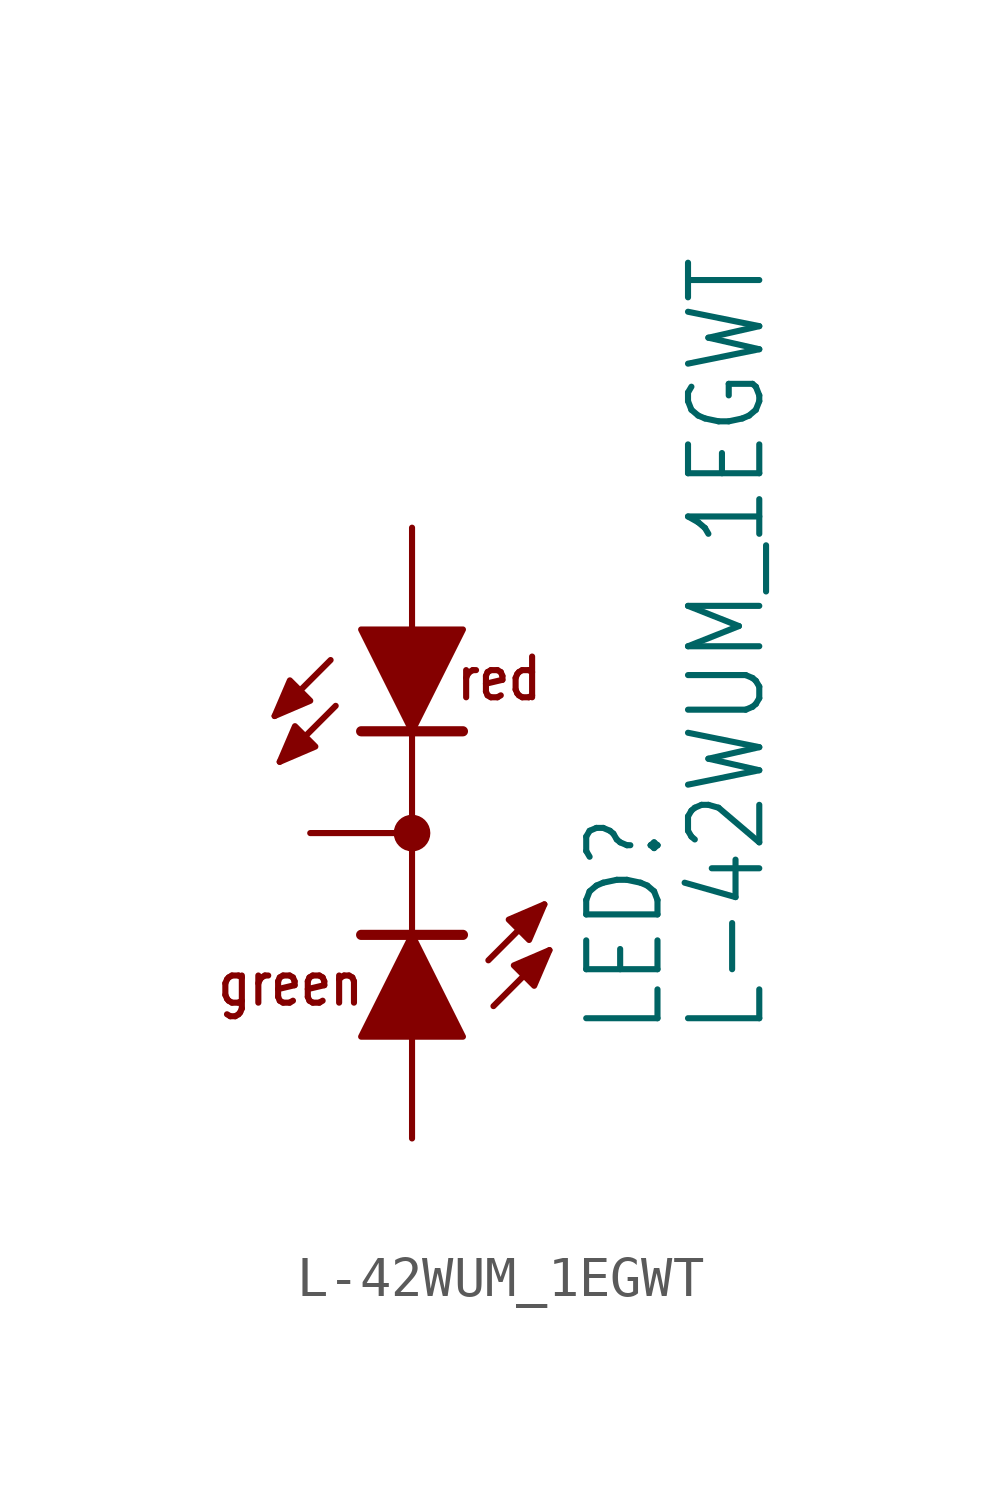
<source format=kicad_sym>
(kicad_symbol_lib
  (version 20231120)
  (generator "kicad_symbol_editor")
  (generator_version "8.0")
  (symbol "L-42WUM_1EGWT"
    (property "Reference" "LED"
      (at 6.35 -5.08 90)
      (effects (font (size 1.778 1.511)) (justify left bottom)))
    (property "Value" "L-42WUM_1EGWT"
      (at 8.89 -5.08 90)
      (effects (font (size 1.778 1.511)) (justify left bottom)))
    (symbol "L-42WUM_1EGWT_1_0"
      (polyline (pts (xy -2.032 4.318) (xy -3.429 2.921)) (stroke (width 0.152) (type solid)) (fill (type none)))
      (polyline (pts (xy -1.905 3.175) (xy -3.302 1.778)) (stroke (width 0.152) (type solid)) (fill (type none)))
      (polyline (pts (xy -1.27 -2.54) (xy 0 -2.54)) (stroke (width 0.254) (type solid)) (fill (type none)))
      (polyline (pts (xy 0 -5.08) (xy 0 -2.54)) (stroke (width 0.152) (type solid)) (fill (type none)))
      (polyline (pts (xy 0 -2.54) (xy 1.27 -2.54)) (stroke (width 0.254) (type solid)) (fill (type none)))
      (polyline (pts (xy 0 2.54) (xy -1.27 2.54)) (stroke (width 0.254) (type solid)) (fill (type none)))
      (polyline (pts (xy 0 2.54) (xy 0 -2.54)) (stroke (width 0.152) (type solid)) (fill (type none)))
      (polyline (pts (xy 0 5.08) (xy 0 2.54)) (stroke (width 0.152) (type solid)) (fill (type none)))
      (polyline (pts (xy 1.27 2.54) (xy 0 2.54)) (stroke (width 0.254) (type solid)) (fill (type none)))
      (polyline (pts (xy 1.905 -3.175) (xy 3.302 -1.778)) (stroke (width 0.152) (type solid)) (fill (type none)))
      (polyline (pts (xy 2.032 -4.318) (xy 3.429 -2.921)) (stroke (width 0.152) (type solid)) (fill (type none)))
      (circle (center 0 0) (radius 0.254) (stroke (width 0.406) (type solid)) (fill (type none)))
      (text "green" (at -1.143 -3.175 0) (effects (font (size 1.016 0.864)) (justify right top)))
      (text "red" (at 3.302 4.445 0) (effects (font (size 1.016 0.864)) (justify right top)))
      (pin passive line (at -2.54 0 0) (length 2.54) (name "C" (effects (font (size 0 0)))) (number "CC" (effects (font (size 0 0)))))
      (pin passive line (at 0 -7.62 90) (length 2.54) (name "AG" (effects (font (size 0 0)))) (number "GREEN" (effects (font (size 0 0)))))
      (pin passive line (at 0 7.62 270) (length 2.54) (name "AR" (effects (font (size 0 0)))) (number "RED" (effects (font (size 0 0))))))
    (symbol "L-42WUM_1EGWT_1_1"
      (polyline (pts (xy -3.429 2.921) (xy -3.048 3.81) (xy -2.54 3.302) (xy -3.429 2.921)) (stroke (width 0) (type default)) (fill (type outline)))
      (polyline (pts (xy -3.302 1.778) (xy -2.921 2.667) (xy -2.413 2.159) (xy -3.302 1.778)) (stroke (width 0) (type default)) (fill (type outline)))
      (polyline (pts (xy -1.27 5.08) (xy 1.27 5.08) (xy 0 2.54) (xy -1.27 5.08)) (stroke (width 0) (type default)) (fill (type outline)))
      (polyline (pts (xy 1.27 -5.08) (xy -1.27 -5.08) (xy 0 -2.54) (xy 1.27 -5.08)) (stroke (width 0) (type default)) (fill (type outline)))
      (polyline (pts (xy 3.302 -1.778) (xy 2.921 -2.667) (xy 2.413 -2.159) (xy 3.302 -1.778)) (stroke (width 0) (type default)) (fill (type outline)))
      (polyline (pts (xy 3.429 -2.921) (xy 3.048 -3.81) (xy 2.54 -3.302) (xy 3.429 -2.921)) (stroke (width 0) (type default)) (fill (type outline))))))
</source>
